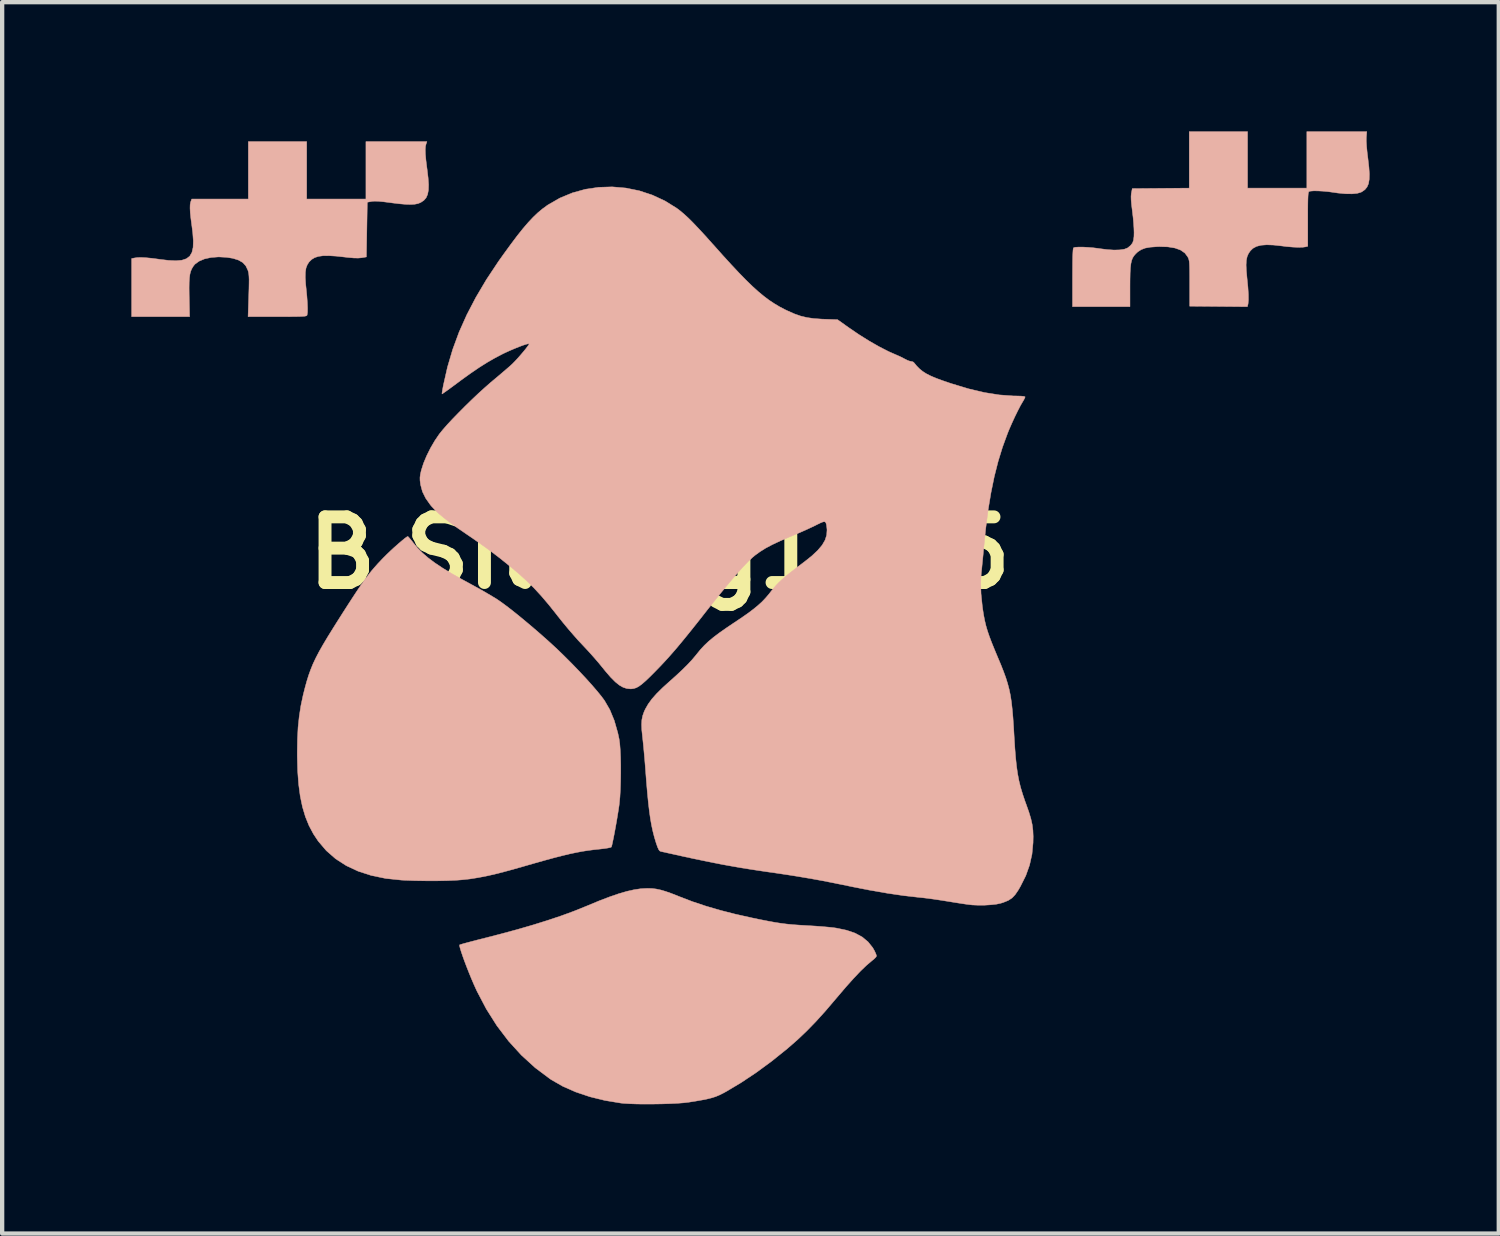
<source format=kicad_pcb>
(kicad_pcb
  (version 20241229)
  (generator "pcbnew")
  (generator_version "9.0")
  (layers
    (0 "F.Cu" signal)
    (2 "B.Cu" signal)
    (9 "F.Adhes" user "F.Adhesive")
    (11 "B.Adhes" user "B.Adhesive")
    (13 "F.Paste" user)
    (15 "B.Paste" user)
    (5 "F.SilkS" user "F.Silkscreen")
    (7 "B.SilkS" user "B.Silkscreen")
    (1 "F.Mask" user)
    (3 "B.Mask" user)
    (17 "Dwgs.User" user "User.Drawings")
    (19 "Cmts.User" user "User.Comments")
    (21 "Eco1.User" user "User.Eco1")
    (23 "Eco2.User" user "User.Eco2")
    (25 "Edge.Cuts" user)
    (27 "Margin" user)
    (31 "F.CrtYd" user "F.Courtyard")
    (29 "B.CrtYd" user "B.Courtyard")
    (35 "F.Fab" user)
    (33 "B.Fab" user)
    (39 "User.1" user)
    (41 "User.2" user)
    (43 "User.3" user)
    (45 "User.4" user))
  (footprint "B.SilkS_g1845"
    (layer "F.Cu")
    (at 12.261 9.784)
    (property "Reference" "B.SilkS_g1845" (at 0 0 0) (layer "F.SilkS") (effects (font (size 1.524 1.524) (thickness 0.3))))
    (attr through_hole)
    (fp_poly (pts (xy -0.172 7.793) (xy -0.075 7.805) (xy 0.027 7.827) (xy 0.143 7.861) (xy 0.279 7.909) (xy 0.444 7.974) (xy 0.48 7.988) (xy 0.769 8.099) (xy 1.075 8.201) (xy 1.403 8.297) (xy 1.758 8.388) (xy 2.147 8.475) (xy 2.349 8.517) (xy 2.529 8.552) (xy 2.682 8.58) (xy 2.818 8.601) (xy 2.95 8.618) (xy 3.089 8.632) (xy 3.244 8.643) (xy 3.428 8.654) (xy 3.482 8.657) (xy 3.628 8.666) (xy 3.775 8.677) (xy 3.912 8.689) (xy 4.027 8.701) (xy 4.105 8.712) (xy 4.34 8.761) (xy 4.54 8.829) (xy 4.706 8.919) (xy 4.841 9.031) (xy 4.949 9.166) (xy 4.993 9.244) (xy 5.02 9.303) (xy 5.036 9.349) (xy 5.038 9.361) (xy 5.022 9.388) (xy 4.981 9.429) (xy 4.927 9.473) (xy 4.809 9.573) (xy 4.668 9.708) (xy 4.506 9.879) (xy 4.321 10.086) (xy 4.114 10.329) (xy 4.08 10.369) (xy 3.849 10.64) (xy 3.631 10.881) (xy 3.419 11.099) (xy 3.207 11.301) (xy 2.987 11.493) (xy 2.964 11.513) (xy 2.603 11.803) (xy 2.249 12.063) (xy 1.895 12.299) (xy 1.566 12.496) (xy 1.473 12.547) (xy 1.388 12.589) (xy 1.304 12.624) (xy 1.213 12.653) (xy 1.109 12.679) (xy 0.983 12.704) (xy 0.829 12.731) (xy 0.67 12.756) (xy 0.557 12.769) (xy 0.41 12.78) (xy 0.238 12.788) (xy 0.05 12.794) (xy -0.145 12.797) (xy -0.339 12.798) (xy -0.522 12.796) (xy -0.687 12.79) (xy -0.824 12.782) (xy -0.895 12.775) (xy -1.265 12.714) (xy -1.616 12.628) (xy -1.944 12.518) (xy -2.244 12.386) (xy -2.511 12.233) (xy -2.544 12.211) (xy -2.887 11.954) (xy -3.207 11.662) (xy -3.503 11.337) (xy -3.775 10.979) (xy -4.021 10.59) (xy -4.241 10.171) (xy -4.313 10.012) (xy -4.369 9.881) (xy -4.425 9.744) (xy -4.479 9.607) (xy -4.529 9.475) (xy -4.572 9.355) (xy -4.607 9.251) (xy -4.631 9.171) (xy -4.643 9.119) (xy -4.642 9.102) (xy -4.617 9.093) (xy -4.558 9.075) (xy -4.469 9.051) (xy -4.356 9.021) (xy -4.226 8.987) (xy -4.138 8.965) (xy -3.698 8.852) (xy -3.295 8.743) (xy -2.927 8.636) (xy -2.588 8.53) (xy -2.275 8.425) (xy -1.984 8.318) (xy -1.711 8.208) (xy -1.672 8.192) (xy -1.4 8.079) (xy -1.159 7.987) (xy -0.947 7.914) (xy -0.758 7.859) (xy -0.589 7.821) (xy -0.435 7.798) (xy -0.292 7.79) (xy -0.272 7.79) (xy -0.172 7.793)) (stroke (width 0.01) (type solid)) (fill yes) (layer "B.SilkS"))
    (fp_poly (pts (xy -8.191 -8.213) (xy -6.816 -8.213) (xy -6.816 -9.546) (xy -5.399 -9.546) (xy -5.419 -9.492) (xy -5.433 -9.436) (xy -5.438 -9.358) (xy -5.435 -9.255) (xy -5.423 -9.121) (xy -5.402 -8.952) (xy -5.395 -8.901) (xy -5.372 -8.706) (xy -5.361 -8.548) (xy -5.365 -8.42) (xy -5.384 -8.32) (xy -5.419 -8.242) (xy -5.471 -8.182) (xy -5.54 -8.136) (xy -5.545 -8.133) (xy -5.607 -8.108) (xy -5.681 -8.093) (xy -5.772 -8.087) (xy -5.886 -8.09) (xy -6.028 -8.102) (xy -6.204 -8.123) (xy -6.262 -8.131) (xy -6.411 -8.15) (xy -6.525 -8.161) (xy -6.61 -8.164) (xy -6.673 -8.16) (xy -6.687 -8.157) (xy -6.784 -8.139) (xy -6.805 -6.869) (xy -6.916 -6.85) (xy -6.994 -6.843) (xy -7.097 -6.845) (xy -7.232 -6.857) (xy -7.308 -6.866) (xy -7.509 -6.888) (xy -7.675 -6.898) (xy -7.81 -6.897) (xy -7.918 -6.882) (xy -8.004 -6.854) (xy -8.074 -6.812) (xy -8.133 -6.755) (xy -8.176 -6.69) (xy -8.206 -6.613) (xy -8.221 -6.516) (xy -8.224 -6.394) (xy -8.215 -6.241) (xy -8.204 -6.139) (xy -8.187 -5.965) (xy -8.176 -5.812) (xy -8.171 -5.683) (xy -8.172 -5.586) (xy -8.181 -5.524) (xy -8.183 -5.516) (xy -8.191 -5.506) (xy -8.208 -5.499) (xy -8.24 -5.493) (xy -8.29 -5.489) (xy -8.363 -5.486) (xy -8.463 -5.484) (xy -8.595 -5.483) (xy -8.762 -5.482) (xy -8.874 -5.482) (xy -9.552 -5.482) (xy -9.536 -5.968) (xy -9.531 -6.128) (xy -9.529 -6.253) (xy -9.528 -6.348) (xy -9.531 -6.419) (xy -9.536 -6.474) (xy -9.544 -6.518) (xy -9.555 -6.557) (xy -9.556 -6.56) (xy -9.604 -6.661) (xy -9.675 -6.739) (xy -9.774 -6.796) (xy -9.905 -6.837) (xy -10.048 -6.86) (xy -10.236 -6.87) (xy -10.409 -6.857) (xy -10.562 -6.824) (xy -10.69 -6.77) (xy -10.787 -6.699) (xy -10.825 -6.651) (xy -10.858 -6.596) (xy -10.883 -6.538) (xy -10.901 -6.47) (xy -10.912 -6.387) (xy -10.919 -6.281) (xy -10.921 -6.148) (xy -10.919 -5.981) (xy -10.918 -5.926) (xy -10.909 -5.482) (xy -12.255 -5.482) (xy -12.255 -6.832) (xy -12.189 -6.845) (xy -12.117 -6.855) (xy -12.031 -6.857) (xy -11.924 -6.851) (xy -11.789 -6.838) (xy -11.62 -6.816) (xy -11.605 -6.813) (xy -11.398 -6.789) (xy -11.226 -6.781) (xy -11.089 -6.793) (xy -10.983 -6.828) (xy -10.906 -6.887) (xy -10.855 -6.974) (xy -10.828 -7.091) (xy -10.823 -7.241) (xy -10.836 -7.426) (xy -10.856 -7.584) (xy -10.879 -7.757) (xy -10.894 -7.895) (xy -10.899 -8.001) (xy -10.897 -8.082) (xy -10.886 -8.142) (xy -10.88 -8.158) (xy -10.86 -8.213) (xy -9.546 -8.213) (xy -9.546 -9.546) (xy -8.191 -9.546) (xy -8.191 -8.213)) (stroke (width 0.01) (type solid)) (fill yes) (layer "B.SilkS"))
    (fp_poly (pts (xy 13.652 -8.467) (xy 15.028 -8.467) (xy 15.028 -9.779) (xy 16.42 -9.779) (xy 16.409 -9.642) (xy 16.408 -9.557) (xy 16.415 -9.438) (xy 16.429 -9.293) (xy 16.447 -9.148) (xy 16.469 -8.954) (xy 16.48 -8.795) (xy 16.476 -8.668) (xy 16.459 -8.568) (xy 16.425 -8.491) (xy 16.376 -8.431) (xy 16.309 -8.384) (xy 16.287 -8.372) (xy 16.2 -8.346) (xy 16.077 -8.334) (xy 15.924 -8.336) (xy 15.746 -8.353) (xy 15.637 -8.369) (xy 15.521 -8.385) (xy 15.401 -8.396) (xy 15.286 -8.402) (xy 15.187 -8.403) (xy 15.113 -8.397) (xy 15.083 -8.39) (xy 15.073 -8.383) (xy 15.066 -8.365) (xy 15.06 -8.332) (xy 15.056 -8.28) (xy 15.053 -8.205) (xy 15.051 -8.102) (xy 15.05 -7.966) (xy 15.05 -7.794) (xy 15.05 -7.747) (xy 15.05 -7.117) (xy 15.002 -7.104) (xy 14.931 -7.094) (xy 14.828 -7.092) (xy 14.7 -7.098) (xy 14.557 -7.11) (xy 14.457 -7.123) (xy 14.259 -7.145) (xy 14.097 -7.151) (xy 13.965 -7.141) (xy 13.86 -7.114) (xy 13.777 -7.069) (xy 13.718 -7.012) (xy 13.673 -6.948) (xy 13.642 -6.876) (xy 13.624 -6.79) (xy 13.618 -6.683) (xy 13.624 -6.548) (xy 13.639 -6.382) (xy 13.66 -6.171) (xy 13.671 -6.001) (xy 13.672 -5.87) (xy 13.664 -5.779) (xy 13.66 -5.762) (xy 13.647 -5.714) (xy 12.978 -5.72) (xy 12.308 -5.726) (xy 12.308 -6.255) (xy 12.308 -6.419) (xy 12.307 -6.547) (xy 12.305 -6.644) (xy 12.302 -6.716) (xy 12.297 -6.769) (xy 12.289 -6.808) (xy 12.278 -6.839) (xy 12.265 -6.867) (xy 12.264 -6.869) (xy 12.196 -6.96) (xy 12.097 -7.029) (xy 11.967 -7.076) (xy 11.802 -7.103) (xy 11.602 -7.109) (xy 11.546 -7.107) (xy 11.396 -7.096) (xy 11.277 -7.075) (xy 11.183 -7.039) (xy 11.103 -6.987) (xy 11.054 -6.941) (xy 11.015 -6.896) (xy 10.984 -6.847) (xy 10.961 -6.788) (xy 10.944 -6.714) (xy 10.933 -6.619) (xy 10.926 -6.498) (xy 10.923 -6.344) (xy 10.922 -6.187) (xy 10.922 -5.715) (xy 9.588 -5.715) (xy 9.588 -6.391) (xy 9.589 -6.589) (xy 9.59 -6.748) (xy 9.592 -6.872) (xy 9.596 -6.964) (xy 9.6 -7.028) (xy 9.606 -7.066) (xy 9.614 -7.083) (xy 9.615 -7.084) (xy 9.656 -7.094) (xy 9.73 -7.098) (xy 9.829 -7.098) (xy 9.943 -7.092) (xy 10.065 -7.082) (xy 10.186 -7.067) (xy 10.231 -7.06) (xy 10.399 -7.039) (xy 10.553 -7.029) (xy 10.686 -7.033) (xy 10.792 -7.049) (xy 10.864 -7.077) (xy 10.872 -7.082) (xy 10.937 -7.136) (xy 10.98 -7.191) (xy 11.004 -7.257) (xy 11.015 -7.345) (xy 11.017 -7.436) (xy 11.014 -7.532) (xy 11.006 -7.655) (xy 10.994 -7.79) (xy 10.978 -7.922) (xy 10.976 -7.94) (xy 10.959 -8.082) (xy 10.949 -8.191) (xy 10.947 -8.273) (xy 10.952 -8.337) (xy 10.955 -8.352) (xy 10.975 -8.456) (xy 12.298 -8.467) (xy 12.298 -9.779) (xy 13.652 -9.779) (xy 13.652 -8.467)) (stroke (width 0.01) (type solid)) (fill yes) (layer "B.SilkS"))
    (fp_poly (pts (xy -5.826 -0.365) (xy -5.789 -0.323) (xy -5.74 -0.263) (xy -5.715 -0.23) (xy -5.615 -0.111) (xy -5.502 0.004) (xy -5.371 0.117) (xy -5.219 0.231) (xy -5.041 0.35) (xy -4.834 0.476) (xy -4.594 0.612) (xy -4.434 0.699) (xy -4.292 0.777) (xy -4.145 0.858) (xy -4.005 0.939) (xy -3.881 1.012) (xy -3.781 1.073) (xy -3.757 1.089) (xy -3.644 1.168) (xy -3.506 1.271) (xy -3.347 1.396) (xy -3.174 1.537) (xy -2.99 1.691) (xy -2.801 1.853) (xy -2.613 2.019) (xy -2.54 2.085) (xy -2.377 2.235) (xy -2.209 2.398) (xy -2.04 2.567) (xy -1.874 2.739) (xy -1.717 2.906) (xy -1.573 3.066) (xy -1.447 3.212) (xy -1.344 3.339) (xy -1.277 3.43) (xy -1.153 3.644) (xy -1.05 3.894) (xy -0.969 4.178) (xy -0.938 4.321) (xy -0.923 4.429) (xy -0.912 4.57) (xy -0.904 4.738) (xy -0.9 4.922) (xy -0.9 5.116) (xy -0.903 5.311) (xy -0.909 5.499) (xy -0.919 5.672) (xy -0.933 5.82) (xy -0.938 5.863) (xy -0.954 5.971) (xy -0.974 6.094) (xy -0.996 6.227) (xy -1.02 6.362) (xy -1.044 6.493) (xy -1.067 6.611) (xy -1.088 6.711) (xy -1.104 6.785) (xy -1.116 6.826) (xy -1.118 6.831) (xy -1.144 6.841) (xy -1.203 6.854) (xy -1.286 6.866) (xy -1.378 6.877) (xy -1.519 6.892) (xy -1.656 6.91) (xy -1.793 6.931) (xy -1.935 6.958) (xy -2.087 6.99) (xy -2.254 7.03) (xy -2.441 7.078) (xy -2.654 7.136) (xy -2.896 7.204) (xy -3.174 7.284) (xy -3.192 7.289) (xy -3.49 7.373) (xy -3.754 7.443) (xy -3.991 7.498) (xy -4.207 7.54) (xy -4.407 7.572) (xy -4.597 7.592) (xy -4.699 7.6) (xy -4.916 7.61) (xy -5.16 7.615) (xy -5.417 7.615) (xy -5.673 7.611) (xy -5.912 7.602) (xy -5.99 7.598) (xy -6.355 7.56) (xy -6.69 7.491) (xy -6.996 7.392) (xy -7.272 7.263) (xy -7.519 7.104) (xy -7.736 6.914) (xy -7.924 6.693) (xy -8.035 6.526) (xy -8.137 6.334) (xy -8.221 6.127) (xy -8.289 5.9) (xy -8.341 5.65) (xy -8.378 5.372) (xy -8.401 5.063) (xy -8.41 4.718) (xy -8.41 4.625) (xy -8.405 4.322) (xy -8.391 4.049) (xy -8.364 3.796) (xy -8.326 3.55) (xy -8.273 3.3) (xy -8.233 3.142) (xy -8.191 2.988) (xy -8.147 2.846) (xy -8.099 2.713) (xy -8.045 2.58) (xy -7.981 2.444) (xy -7.905 2.298) (xy -7.814 2.137) (xy -7.706 1.956) (xy -7.577 1.748) (xy -7.503 1.63) (xy -7.352 1.392) (xy -7.22 1.186) (xy -7.105 1.009) (xy -7.004 0.856) (xy -6.914 0.725) (xy -6.833 0.61) (xy -6.757 0.509) (xy -6.685 0.418) (xy -6.612 0.333) (xy -6.538 0.25) (xy -6.458 0.165) (xy -6.414 0.119) (xy -6.334 0.039) (xy -6.244 -0.047) (xy -6.152 -0.132) (xy -6.061 -0.212) (xy -5.979 -0.282) (xy -5.912 -0.337) (xy -5.864 -0.371) (xy -5.843 -0.381) (xy -5.826 -0.365)) (stroke (width 0.01) (type solid)) (fill yes) (layer "B.SilkS"))
    (fp_poly (pts (xy -0.783 -8.469) (xy -0.471 -8.406) (xy -0.167 -8.306) (xy 0.126 -8.17) (xy 0.4 -8) (xy 0.483 -7.937) (xy 0.573 -7.861) (xy 0.673 -7.769) (xy 0.785 -7.657) (xy 0.914 -7.521) (xy 1.063 -7.36) (xy 1.234 -7.168) (xy 1.245 -7.157) (xy 1.467 -6.908) (xy 1.666 -6.69) (xy 1.845 -6.499) (xy 2.007 -6.333) (xy 2.154 -6.19) (xy 2.291 -6.066) (xy 2.419 -5.96) (xy 2.542 -5.867) (xy 2.664 -5.786) (xy 2.786 -5.713) (xy 2.912 -5.647) (xy 2.973 -5.618) (xy 3.131 -5.548) (xy 3.276 -5.497) (xy 3.422 -5.462) (xy 3.581 -5.439) (xy 3.766 -5.426) (xy 3.818 -5.424) (xy 4.134 -5.413) (xy 4.379 -5.238) (xy 4.623 -5.071) (xy 4.867 -4.918) (xy 5.102 -4.784) (xy 5.321 -4.672) (xy 5.494 -4.596) (xy 5.579 -4.559) (xy 5.667 -4.515) (xy 5.694 -4.5) (xy 5.758 -4.468) (xy 5.815 -4.448) (xy 5.836 -4.445) (xy 5.883 -4.434) (xy 5.904 -4.419) (xy 5.97 -4.339) (xy 6.037 -4.271) (xy 6.11 -4.212) (xy 6.194 -4.158) (xy 6.295 -4.107) (xy 6.419 -4.054) (xy 6.572 -3.998) (xy 6.759 -3.934) (xy 6.781 -3.927) (xy 7.175 -3.808) (xy 7.544 -3.721) (xy 7.891 -3.666) (xy 8.218 -3.642) (xy 8.307 -3.641) (xy 8.397 -3.638) (xy 8.459 -3.632) (xy 8.487 -3.621) (xy 8.488 -3.619) (xy 8.477 -3.589) (xy 8.451 -3.54) (xy 8.437 -3.517) (xy 8.382 -3.423) (xy 8.318 -3.299) (xy 8.248 -3.157) (xy 8.179 -3.007) (xy 8.114 -2.858) (xy 8.079 -2.771) (xy 7.963 -2.454) (xy 7.861 -2.122) (xy 7.772 -1.771) (xy 7.695 -1.395) (xy 7.628 -0.992) (xy 7.572 -0.555) (xy 7.525 -0.095) (xy 7.513 0.043) (xy 7.499 0.184) (xy 7.486 0.316) (xy 7.475 0.425) (xy 7.47 0.466) (xy 7.456 0.69) (xy 7.464 0.946) (xy 7.493 1.23) (xy 7.504 1.312) (xy 7.526 1.45) (xy 7.55 1.574) (xy 7.578 1.692) (xy 7.613 1.811) (xy 7.657 1.94) (xy 7.712 2.085) (xy 7.781 2.255) (xy 7.847 2.413) (xy 7.923 2.593) (xy 7.986 2.753) (xy 8.039 2.898) (xy 8.082 3.036) (xy 8.118 3.172) (xy 8.147 3.312) (xy 8.17 3.464) (xy 8.189 3.634) (xy 8.206 3.827) (xy 8.221 4.051) (xy 8.234 4.276) (xy 8.25 4.535) (xy 8.268 4.759) (xy 8.289 4.956) (xy 8.314 5.131) (xy 8.345 5.292) (xy 8.383 5.447) (xy 8.43 5.603) (xy 8.485 5.766) (xy 8.51 5.834) (xy 8.574 6.015) (xy 8.621 6.17) (xy 8.652 6.309) (xy 8.669 6.443) (xy 8.675 6.585) (xy 8.672 6.731) (xy 8.647 6.998) (xy 8.591 7.249) (xy 8.503 7.496) (xy 8.378 7.745) (xy 8.327 7.833) (xy 8.256 7.937) (xy 8.184 8.013) (xy 8.097 8.07) (xy 7.984 8.116) (xy 7.92 8.136) (xy 7.822 8.157) (xy 7.694 8.171) (xy 7.55 8.18) (xy 7.401 8.181) (xy 7.261 8.175) (xy 7.207 8.169) (xy 7.128 8.159) (xy 7.019 8.143) (xy 6.89 8.123) (xy 6.754 8.101) (xy 6.668 8.087) (xy 6.523 8.064) (xy 6.37 8.041) (xy 6.223 8.021) (xy 6.096 8.006) (xy 6.043 8.001) (xy 5.685 7.961) (xy 5.29 7.903) (xy 4.859 7.828) (xy 4.498 7.757) (xy 4.227 7.701) (xy 3.989 7.653) (xy 3.773 7.611) (xy 3.571 7.574) (xy 3.373 7.54) (xy 3.171 7.506) (xy 2.954 7.472) (xy 2.714 7.436) (xy 2.523 7.409) (xy 2.293 7.375) (xy 2.078 7.342) (xy 1.874 7.309) (xy 1.675 7.274) (xy 1.473 7.238) (xy 1.265 7.197) (xy 1.043 7.152) (xy 0.801 7.102) (xy 0.534 7.044) (xy 0.236 6.978) (xy 0.027 6.932) (xy 0.002 6.919) (xy -0.02 6.888) (xy -0.045 6.833) (xy -0.076 6.744) (xy -0.082 6.726) (xy -0.121 6.596) (xy -0.155 6.463) (xy -0.185 6.323) (xy -0.212 6.17) (xy -0.236 5.998) (xy -0.259 5.804) (xy -0.281 5.581) (xy -0.303 5.324) (xy -0.317 5.141) (xy -0.33 4.97) (xy -0.344 4.796) (xy -0.359 4.629) (xy -0.373 4.477) (xy -0.386 4.352) (xy -0.394 4.28) (xy -0.411 4.117) (xy -0.416 3.986) (xy -0.41 3.877) (xy -0.39 3.78) (xy -0.357 3.687) (xy -0.328 3.625) (xy -0.261 3.509) (xy -0.175 3.391) (xy -0.065 3.267) (xy 0.074 3.13) (xy 0.201 3.015) (xy 0.379 2.856) (xy 0.527 2.718) (xy 0.65 2.596) (xy 0.753 2.486) (xy 0.84 2.383) (xy 0.868 2.348) (xy 0.951 2.246) (xy 1.039 2.151) (xy 1.137 2.058) (xy 1.252 1.962) (xy 1.388 1.859) (xy 1.551 1.745) (xy 1.705 1.641) (xy 1.891 1.517) (xy 2.046 1.409) (xy 2.174 1.313) (xy 2.282 1.225) (xy 2.376 1.14) (xy 2.459 1.053) (xy 2.539 0.96) (xy 2.59 0.894) (xy 2.649 0.821) (xy 2.708 0.753) (xy 2.771 0.687) (xy 2.844 0.619) (xy 2.931 0.544) (xy 3.037 0.458) (xy 3.167 0.357) (xy 3.326 0.237) (xy 3.365 0.208) (xy 3.539 0.069) (xy 3.675 -0.059) (xy 3.776 -0.179) (xy 3.844 -0.296) (xy 3.881 -0.412) (xy 3.889 -0.531) (xy 3.885 -0.579) (xy 3.875 -0.654) (xy 3.861 -0.701) (xy 3.837 -0.722) (xy 3.797 -0.719) (xy 3.733 -0.693) (xy 3.639 -0.647) (xy 3.627 -0.64) (xy 3.539 -0.598) (xy 3.423 -0.544) (xy 3.288 -0.484) (xy 3.147 -0.423) (xy 3.019 -0.369) (xy 2.801 -0.276) (xy 2.618 -0.19) (xy 2.463 -0.108) (xy 2.331 -0.025) (xy 2.214 0.06) (xy 2.157 0.108) (xy 2.058 0.201) (xy 1.936 0.329) (xy 1.791 0.491) (xy 1.624 0.688) (xy 1.433 0.92) (xy 1.219 1.187) (xy 1.103 1.333) (xy 0.927 1.558) (xy 0.772 1.753) (xy 0.636 1.922) (xy 0.515 2.07) (xy 0.406 2.201) (xy 0.304 2.319) (xy 0.208 2.428) (xy 0.112 2.533) (xy 0.014 2.637) (xy -0.084 2.738) (xy -0.212 2.867) (xy -0.316 2.967) (xy -0.402 3.042) (xy -0.474 3.096) (xy -0.536 3.131) (xy -0.594 3.15) (xy -0.651 3.158) (xy -0.674 3.159) (xy -0.761 3.15) (xy -0.846 3.122) (xy -0.933 3.072) (xy -1.026 2.997) (xy -1.13 2.893) (xy -1.248 2.757) (xy -1.326 2.661) (xy -1.415 2.552) (xy -1.523 2.427) (xy -1.639 2.297) (xy -1.752 2.176) (xy -1.798 2.127) (xy -1.892 2.027) (xy -2.002 1.902) (xy -2.122 1.763) (xy -2.242 1.618) (xy -2.355 1.477) (xy -2.392 1.429) (xy -2.575 1.2) (xy -2.746 0.999) (xy -2.913 0.818) (xy -3.087 0.647) (xy -3.274 0.478) (xy -3.42 0.355) (xy -3.578 0.226) (xy -3.725 0.109) (xy -3.87 -0.002) (xy -4.021 -0.113) (xy -4.186 -0.231) (xy -4.373 -0.361) (xy -4.495 -0.444) (xy -4.695 -0.581) (xy -4.862 -0.702) (xy -5.001 -0.808) (xy -5.116 -0.904) (xy -5.21 -0.992) (xy -5.289 -1.076) (xy -5.319 -1.112) (xy -5.429 -1.268) (xy -5.504 -1.421) (xy -5.547 -1.581) (xy -5.55 -1.602) (xy -5.56 -1.682) (xy -5.561 -1.749) (xy -5.552 -1.82) (xy -5.531 -1.914) (xy -5.527 -1.926) (xy -5.478 -2.08) (xy -5.406 -2.252) (xy -5.317 -2.431) (xy -5.216 -2.604) (xy -5.11 -2.76) (xy -5.108 -2.762) (xy -5.032 -2.856) (xy -4.93 -2.973) (xy -4.806 -3.106) (xy -4.666 -3.25) (xy -4.516 -3.401) (xy -4.36 -3.553) (xy -4.205 -3.7) (xy -4.055 -3.836) (xy -3.916 -3.958) (xy -3.866 -4) (xy -3.757 -4.091) (xy -3.65 -4.182) (xy -3.553 -4.265) (xy -3.473 -4.334) (xy -3.425 -4.378) (xy -3.37 -4.433) (xy -3.304 -4.503) (xy -3.234 -4.582) (xy -3.166 -4.662) (xy -3.105 -4.736) (xy -3.059 -4.798) (xy -3.031 -4.839) (xy -3.027 -4.851) (xy -3.045 -4.854) (xy -3.095 -4.842) (xy -3.17 -4.818) (xy -3.263 -4.783) (xy -3.367 -4.741) (xy -3.477 -4.694) (xy -3.585 -4.645) (xy -3.641 -4.618) (xy -3.824 -4.522) (xy -4.005 -4.418) (xy -4.19 -4.301) (xy -4.388 -4.166) (xy -4.606 -4.009) (xy -4.682 -3.952) (xy -4.789 -3.873) (xy -4.884 -3.803) (xy -4.962 -3.747) (xy -5.018 -3.708) (xy -5.047 -3.689) (xy -5.05 -3.688) (xy -5.049 -3.71) (xy -5.041 -3.765) (xy -5.027 -3.842) (xy -5.017 -3.895) (xy -4.922 -4.314) (xy -4.801 -4.723) (xy -4.653 -5.125) (xy -4.474 -5.526) (xy -4.264 -5.929) (xy -4.021 -6.34) (xy -3.741 -6.762) (xy -3.618 -6.935) (xy -3.451 -7.164) (xy -3.303 -7.361) (xy -3.169 -7.529) (xy -3.047 -7.671) (xy -2.933 -7.792) (xy -2.824 -7.896) (xy -2.716 -7.986) (xy -2.607 -8.066) (xy -2.587 -8.079) (xy -2.314 -8.236) (xy -2.025 -8.356) (xy -1.723 -8.44) (xy -1.413 -8.486) (xy -1.098 -8.496) (xy -0.783 -8.469)) (stroke (width 0.01) (type solid)) (fill yes) (layer "B.SilkS")))
  (gr_rect
    (start -3 -3)
    (end 31.745 25.587)
    (stroke (width 0.1) (type default))
    (fill no)
    (layer "Edge.Cuts")))
</source>
